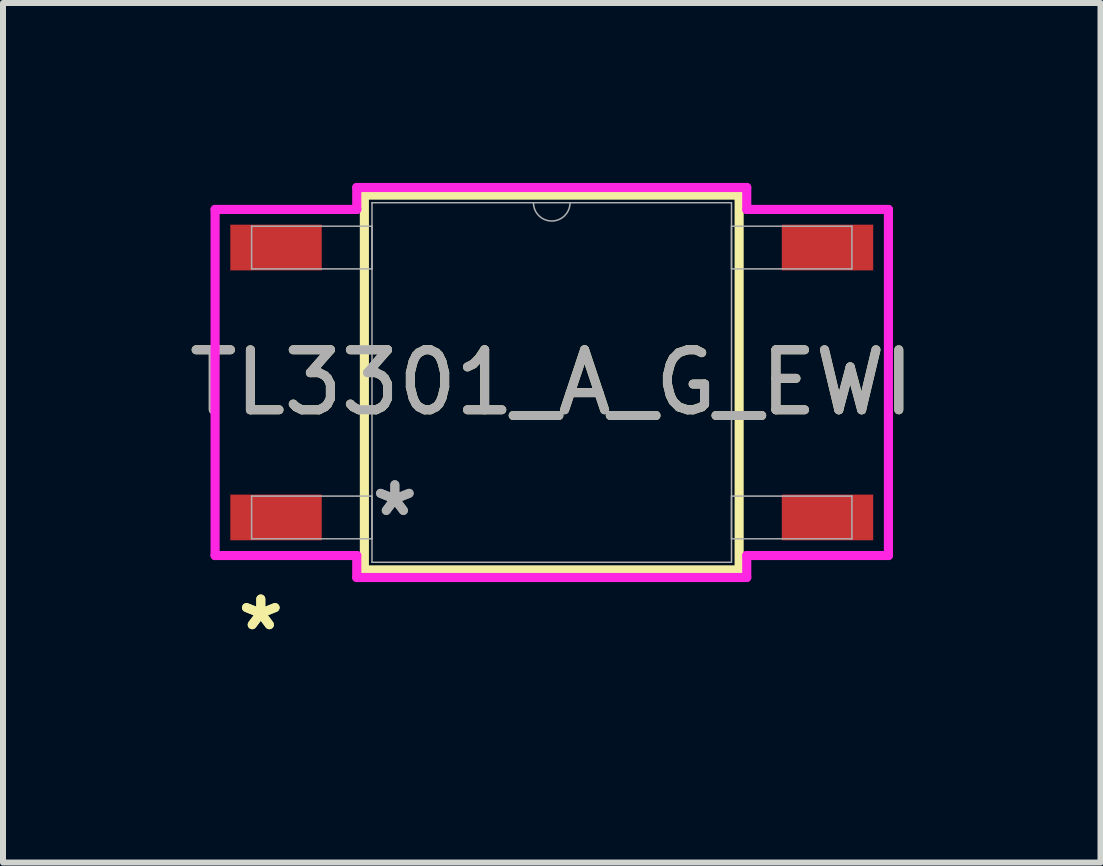
<source format=kicad_pcb>
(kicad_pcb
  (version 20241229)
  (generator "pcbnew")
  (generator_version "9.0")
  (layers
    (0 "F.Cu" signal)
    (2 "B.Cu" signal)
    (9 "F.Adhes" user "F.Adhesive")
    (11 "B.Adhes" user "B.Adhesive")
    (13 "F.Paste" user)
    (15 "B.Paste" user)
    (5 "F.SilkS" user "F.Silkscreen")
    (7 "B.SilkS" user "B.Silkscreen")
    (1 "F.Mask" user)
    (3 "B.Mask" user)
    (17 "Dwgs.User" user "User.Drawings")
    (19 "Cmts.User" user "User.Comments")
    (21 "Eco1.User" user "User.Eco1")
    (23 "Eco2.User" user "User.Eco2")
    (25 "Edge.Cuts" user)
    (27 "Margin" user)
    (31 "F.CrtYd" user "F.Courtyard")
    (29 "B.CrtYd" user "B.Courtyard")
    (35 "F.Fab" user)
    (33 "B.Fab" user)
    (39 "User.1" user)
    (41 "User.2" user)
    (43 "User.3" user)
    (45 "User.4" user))
  (footprint "TL3301_A_G_EWI"
    (layer "F.Cu")
    (at 6.149 3.327)
    (property "Reference" "TL3301_A_G_EWI" (at 0 0 0) (unlocked yes) (layer "F.SilkS") (effects (font (size 1 1) (thickness 0.15))))
    (attr smd)
    (fp_line (start -3.124 -3.124) (end -3.124 3.124) (stroke (width 0.152) (type solid)) (layer "F.SilkS"))
    (fp_line (start -3.124 3.124) (end 3.124 3.124) (stroke (width 0.152) (type solid)) (layer "F.SilkS"))
    (fp_line (start 3.124 -3.124) (end -3.124 -3.124) (stroke (width 0.152) (type solid)) (layer "F.SilkS"))
    (fp_line (start 3.124 3.124) (end 3.124 -3.124) (stroke (width 0.152) (type solid)) (layer "F.SilkS"))
    (fp_line (start -5.613 -2.885) (end -3.251 -2.885) (stroke (width 0.152) (type solid)) (layer "F.CrtYd"))
    (fp_line (start -5.613 2.885) (end -5.613 -2.885) (stroke (width 0.152) (type solid)) (layer "F.CrtYd"))
    (fp_line (start -5.613 2.885) (end -3.251 2.885) (stroke (width 0.152) (type solid)) (layer "F.CrtYd"))
    (fp_line (start -3.251 -3.251) (end 3.251 -3.251) (stroke (width 0.152) (type solid)) (layer "F.CrtYd"))
    (fp_line (start -3.251 -2.885) (end -3.251 -3.251) (stroke (width 0.152) (type solid)) (layer "F.CrtYd"))
    (fp_line (start -3.251 3.251) (end -3.251 2.885) (stroke (width 0.152) (type solid)) (layer "F.CrtYd"))
    (fp_line (start 3.251 -3.251) (end 3.251 -2.885) (stroke (width 0.152) (type solid)) (layer "F.CrtYd"))
    (fp_line (start 3.251 2.885) (end 3.251 3.251) (stroke (width 0.152) (type solid)) (layer "F.CrtYd"))
    (fp_line (start 3.251 3.251) (end -3.251 3.251) (stroke (width 0.152) (type solid)) (layer "F.CrtYd"))
    (fp_line (start 5.613 -2.885) (end 3.251 -2.885) (stroke (width 0.152) (type solid)) (layer "F.CrtYd"))
    (fp_line (start 5.613 -2.885) (end 5.613 2.885) (stroke (width 0.152) (type solid)) (layer "F.CrtYd"))
    (fp_line (start 5.613 2.885) (end 3.251 2.885) (stroke (width 0.152) (type solid)) (layer "F.CrtYd"))
    (fp_line (start -5.004 -2.606) (end -5.004 -1.894) (stroke (width 0.025) (type solid)) (layer "F.Fab"))
    (fp_line (start -5.004 -1.894) (end -2.997 -1.894) (stroke (width 0.025) (type solid)) (layer "F.Fab"))
    (fp_line (start -5.004 1.894) (end -5.004 2.606) (stroke (width 0.025) (type solid)) (layer "F.Fab"))
    (fp_line (start -5.004 2.606) (end -2.997 2.606) (stroke (width 0.025) (type solid)) (layer "F.Fab"))
    (fp_line (start -2.997 -2.997) (end -2.997 2.997) (stroke (width 0.025) (type solid)) (layer "F.Fab"))
    (fp_line (start -2.997 -2.606) (end -5.004 -2.606) (stroke (width 0.025) (type solid)) (layer "F.Fab"))
    (fp_line (start -2.997 -1.894) (end -2.997 -2.606) (stroke (width 0.025) (type solid)) (layer "F.Fab"))
    (fp_line (start -2.997 1.894) (end -5.004 1.894) (stroke (width 0.025) (type solid)) (layer "F.Fab"))
    (fp_line (start -2.997 2.606) (end -2.997 1.894) (stroke (width 0.025) (type solid)) (layer "F.Fab"))
    (fp_line (start -2.997 2.997) (end 2.997 2.997) (stroke (width 0.025) (type solid)) (layer "F.Fab"))
    (fp_line (start 2.997 -2.997) (end -2.997 -2.997) (stroke (width 0.025) (type solid)) (layer "F.Fab"))
    (fp_line (start 2.997 -2.606) (end 2.997 -1.894) (stroke (width 0.025) (type solid)) (layer "F.Fab"))
    (fp_line (start 2.997 -1.894) (end 5.004 -1.894) (stroke (width 0.025) (type solid)) (layer "F.Fab"))
    (fp_line (start 2.997 1.894) (end 2.997 2.606) (stroke (width 0.025) (type solid)) (layer "F.Fab"))
    (fp_line (start 2.997 2.606) (end 5.004 2.606) (stroke (width 0.025) (type solid)) (layer "F.Fab"))
    (fp_line (start 2.997 2.997) (end 2.997 -2.997) (stroke (width 0.025) (type solid)) (layer "F.Fab"))
    (fp_line (start 5.004 -2.606) (end 2.997 -2.606) (stroke (width 0.025) (type solid)) (layer "F.Fab"))
    (fp_line (start 5.004 -1.894) (end 5.004 -2.606) (stroke (width 0.025) (type solid)) (layer "F.Fab"))
    (fp_line (start 5.004 1.894) (end 2.997 1.894) (stroke (width 0.025) (type solid)) (layer "F.Fab"))
    (fp_line (start 5.004 2.606) (end 5.004 1.894) (stroke (width 0.025) (type solid)) (layer "F.Fab"))
    (fp_arc (start 0.3048 -2.9972) (mid 0 -2.6924) (end -0.3048 -2.9972) (stroke (width 0.0254) (type solid)) (layer "F.Fab"))
    (fp_text user "*" (at -4.851 4.155 0) (layer "F.SilkS") (effects (font (size 1 1) (thickness 0.15))))
    (fp_text user "*" (at -4.851 4.155 0) (unlocked yes) (layer "F.SilkS") (effects (font (size 1 1) (thickness 0.15))))
    (fp_text user "*" (at -2.616 2.25 0) (layer "F.Fab") (effects (font (size 1 1) (thickness 0.15))))
    (fp_text user "${REFERENCE}" (at 0 0 0) (unlocked yes) (layer "F.Fab") (effects (font (size 1 1) (thickness 0.15))))
    (fp_text user "*" (at -2.616 2.25 0) (unlocked yes) (layer "F.Fab") (effects (font (size 1 1) (thickness 0.15))))
    (pad "1" smd rect (at -4.597 2.25) (size 1.524 0.762) (layers "F.Cu" "F.Mask" "F.Paste"))
    (pad "2" smd rect (at 4.597 2.25) (size 1.524 0.762) (layers "F.Cu" "F.Mask" "F.Paste"))
    (pad "3" smd rect (at -4.597 -2.25) (size 1.524 0.762) (layers "F.Cu" "F.Mask" "F.Paste"))
    (pad "4" smd rect (at 4.597 -2.25) (size 1.524 0.762) (layers "F.Cu" "F.Mask" "F.Paste")))
  (gr_rect
    (start -3 -3)
    (end 15.298 11.331)
    (stroke (width 0.1) (type default))
    (fill no)
    (layer "Edge.Cuts")))
</source>
